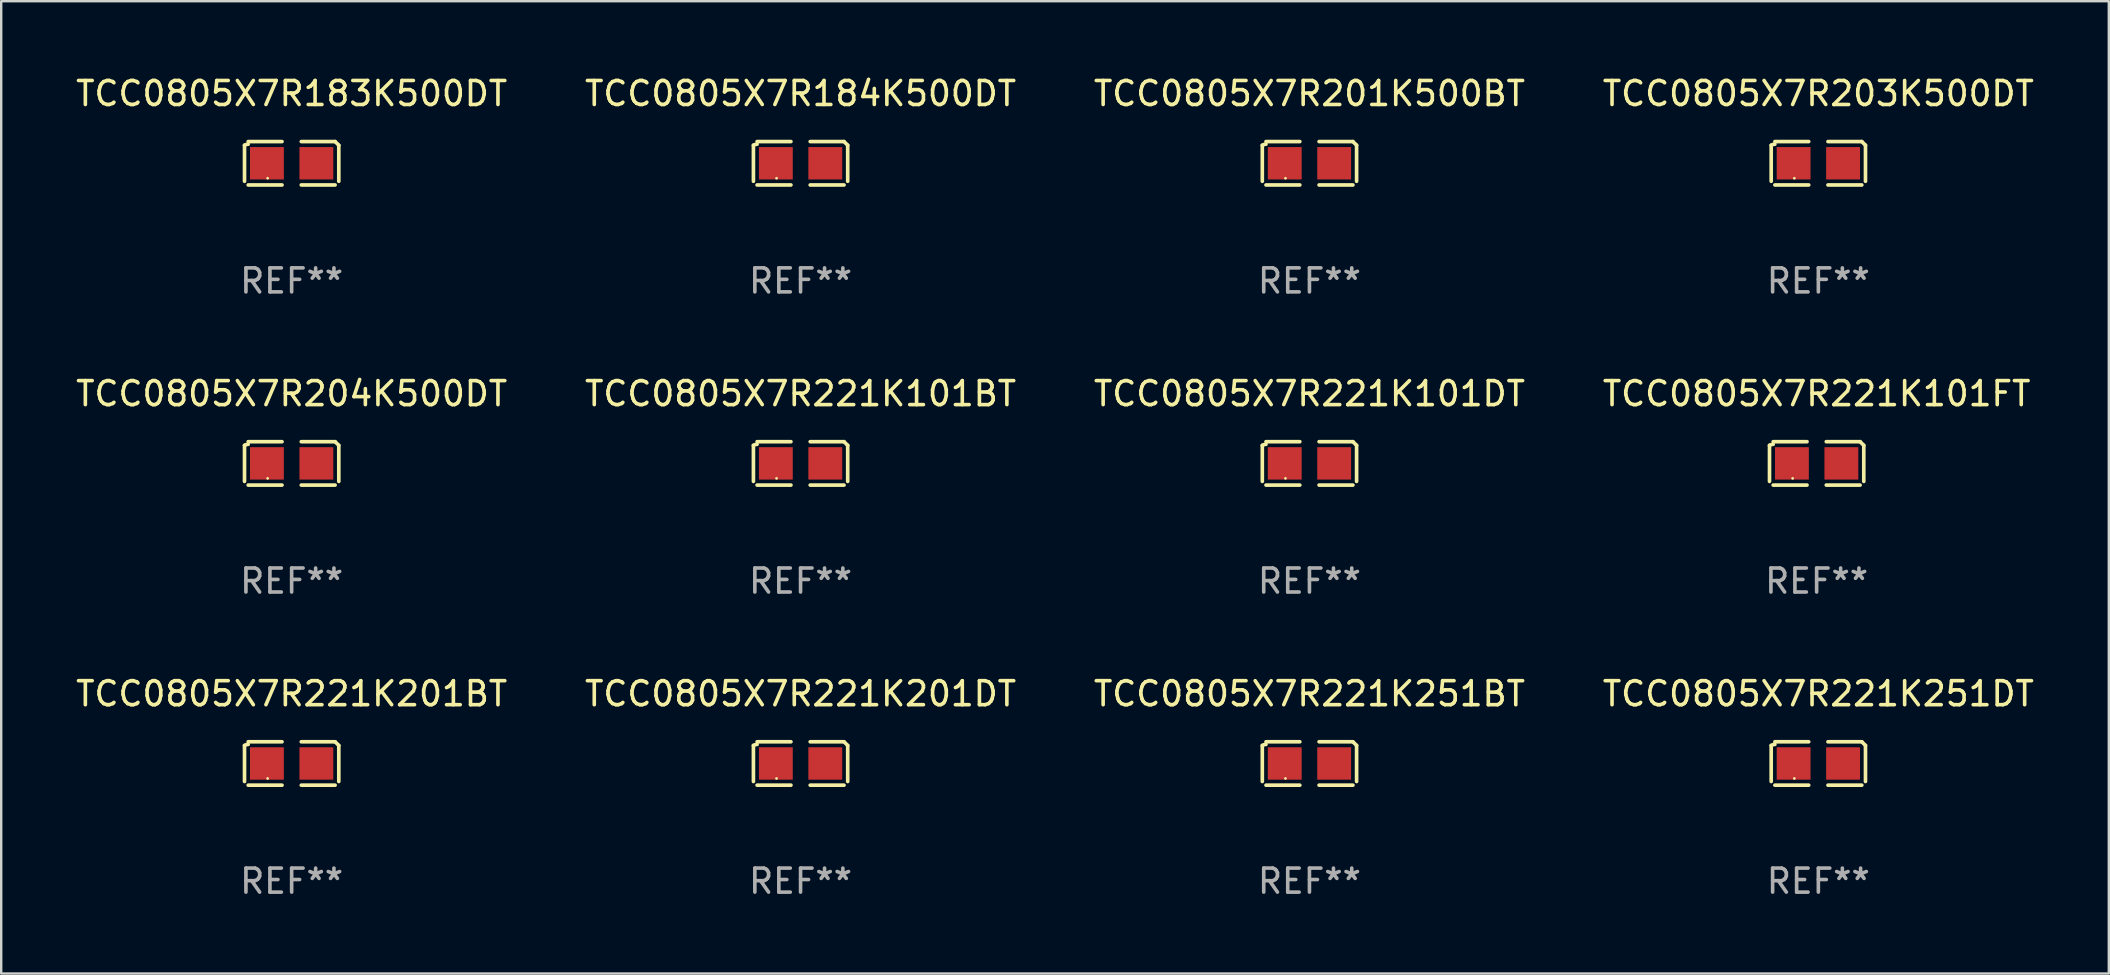
<source format=kicad_pcb>
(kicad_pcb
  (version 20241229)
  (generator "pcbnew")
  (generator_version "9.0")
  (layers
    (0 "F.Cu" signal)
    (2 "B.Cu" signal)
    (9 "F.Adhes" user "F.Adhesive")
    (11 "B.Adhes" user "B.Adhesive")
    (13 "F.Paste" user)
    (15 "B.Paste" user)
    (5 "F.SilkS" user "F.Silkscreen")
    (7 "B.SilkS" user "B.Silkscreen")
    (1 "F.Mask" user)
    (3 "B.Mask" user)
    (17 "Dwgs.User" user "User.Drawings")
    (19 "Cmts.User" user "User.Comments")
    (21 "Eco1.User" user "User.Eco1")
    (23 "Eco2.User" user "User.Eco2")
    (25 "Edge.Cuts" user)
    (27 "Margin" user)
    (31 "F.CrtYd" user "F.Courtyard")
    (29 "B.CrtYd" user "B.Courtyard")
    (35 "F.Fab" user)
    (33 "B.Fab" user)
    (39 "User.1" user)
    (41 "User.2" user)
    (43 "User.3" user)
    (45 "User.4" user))
  (footprint "TCC0805X7R221K201DT"
    (layer "F.Cu")
    (at 30.304 28.759)
    (property "Reference" "TCC0805X7R221K201DT" (at 0 -2.904 0) (layer "F.SilkS") (effects (font (size 1 1) (thickness 0.15))))
    (attr through_hole)
    (fp_line (start -1.964 0.751) (end -1.964 -0.751) (stroke (width 0.152) (type solid)) (layer "F.SilkS"))
    (fp_line (start -1.811 -0.904) (end -0.401 -0.904) (stroke (width 0.152) (type solid)) (layer "F.SilkS"))
    (fp_line (start -0.401 0.904) (end -1.811 0.904) (stroke (width 0.152) (type solid)) (layer "F.SilkS"))
    (fp_line (start 0.401 0.904) (end 1.811 0.904) (stroke (width 0.152) (type solid)) (layer "F.SilkS"))
    (fp_line (start 1.811 -0.904) (end 0.401 -0.904) (stroke (width 0.152) (type solid)) (layer "F.SilkS"))
    (fp_line (start 1.964 0.751) (end 1.964 -0.751) (stroke (width 0.152) (type solid)) (layer "F.SilkS"))
    (fp_arc (start -1.963602 -0.751207) (mid -1.890354 -0.783131) (end -1.811201 -0.794044) (stroke (width 0.1524) (type solid)) (layer "F.SilkS"))
    (fp_arc (start 1.811202 -0.903607) (mid 1.887413 -0.827418) (end 1.963602 -0.751207) (stroke (width 0.1524) (type solid)) (layer "F.SilkS"))
    (fp_circle (center -1 0.625) (end -0.97 0.625) (stroke (width 0.06) (type solid)) (fill no) (layer "F.SilkS"))
    (fp_text user "REF**" (at 0 4.904 0) (layer "F.Fab") (effects (font (size 1 1) (thickness 0.15))))
    (pad "1" smd rect (at -1.03 0) (size 1.41 1.35) (layers "F.Cu" "F.Mask" "F.Paste"))
    (pad "2" smd rect (at 1.03 0) (size 1.41 1.35) (layers "F.Cu" "F.Mask" "F.Paste")))
  (footprint "TCC0805X7R221K101FT"
    (layer "F.Cu")
    (at 72.637 16.256)
    (property "Reference" "TCC0805X7R221K101FT" (at 0 -2.904 0) (layer "F.SilkS") (effects (font (size 1 1) (thickness 0.15))))
    (attr through_hole)
    (fp_line (start -1.964 0.751) (end -1.964 -0.751) (stroke (width 0.152) (type solid)) (layer "F.SilkS"))
    (fp_line (start -1.811 -0.904) (end -0.401 -0.904) (stroke (width 0.152) (type solid)) (layer "F.SilkS"))
    (fp_line (start -0.401 0.904) (end -1.811 0.904) (stroke (width 0.152) (type solid)) (layer "F.SilkS"))
    (fp_line (start 0.401 0.904) (end 1.811 0.904) (stroke (width 0.152) (type solid)) (layer "F.SilkS"))
    (fp_line (start 1.811 -0.904) (end 0.401 -0.904) (stroke (width 0.152) (type solid)) (layer "F.SilkS"))
    (fp_line (start 1.964 0.751) (end 1.964 -0.751) (stroke (width 0.152) (type solid)) (layer "F.SilkS"))
    (fp_arc (start -1.963602 -0.751207) (mid -1.890354 -0.783131) (end -1.811201 -0.794044) (stroke (width 0.1524) (type solid)) (layer "F.SilkS"))
    (fp_arc (start 1.811202 -0.903607) (mid 1.887413 -0.827418) (end 1.963602 -0.751207) (stroke (width 0.1524) (type solid)) (layer "F.SilkS"))
    (fp_circle (center -1 0.625) (end -0.97 0.625) (stroke (width 0.06) (type solid)) (fill no) (layer "F.SilkS"))
    (fp_text user "REF**" (at 0 4.904 0) (layer "F.Fab") (effects (font (size 1 1) (thickness 0.15))))
    (pad "1" smd rect (at -1.03 0) (size 1.41 1.35) (layers "F.Cu" "F.Mask" "F.Paste"))
    (pad "2" smd rect (at 1.03 0) (size 1.41 1.35) (layers "F.Cu" "F.Mask" "F.Paste")))
  (footprint "TCC0805X7R204K500DT"
    (layer "F.Cu")
    (at 9.101 16.256)
    (property "Reference" "TCC0805X7R204K500DT" (at 0 -2.904 0) (layer "F.SilkS") (effects (font (size 1 1) (thickness 0.15))))
    (attr through_hole)
    (fp_line (start -1.964 0.751) (end -1.964 -0.751) (stroke (width 0.152) (type solid)) (layer "F.SilkS"))
    (fp_line (start -1.811 -0.904) (end -0.401 -0.904) (stroke (width 0.152) (type solid)) (layer "F.SilkS"))
    (fp_line (start -0.401 0.904) (end -1.811 0.904) (stroke (width 0.152) (type solid)) (layer "F.SilkS"))
    (fp_line (start 0.401 0.904) (end 1.811 0.904) (stroke (width 0.152) (type solid)) (layer "F.SilkS"))
    (fp_line (start 1.811 -0.904) (end 0.401 -0.904) (stroke (width 0.152) (type solid)) (layer "F.SilkS"))
    (fp_line (start 1.964 0.751) (end 1.964 -0.751) (stroke (width 0.152) (type solid)) (layer "F.SilkS"))
    (fp_arc (start -1.963602 -0.751207) (mid -1.890354 -0.783131) (end -1.811201 -0.794044) (stroke (width 0.1524) (type solid)) (layer "F.SilkS"))
    (fp_arc (start 1.811202 -0.903607) (mid 1.887413 -0.827418) (end 1.963602 -0.751207) (stroke (width 0.1524) (type solid)) (layer "F.SilkS"))
    (fp_circle (center -1 0.625) (end -0.97 0.625) (stroke (width 0.06) (type solid)) (fill no) (layer "F.SilkS"))
    (fp_text user "REF**" (at 0 4.904 0) (layer "F.Fab") (effects (font (size 1 1) (thickness 0.15))))
    (pad "1" smd rect (at -1.03 0) (size 1.41 1.35) (layers "F.Cu" "F.Mask" "F.Paste"))
    (pad "2" smd rect (at 1.03 0) (size 1.41 1.35) (layers "F.Cu" "F.Mask" "F.Paste")))
  (footprint "TCC0805X7R221K251DT"
    (layer "F.Cu")
    (at 72.708 28.759)
    (property "Reference" "TCC0805X7R221K251DT" (at 0 -2.904 0) (layer "F.SilkS") (effects (font (size 1 1) (thickness 0.15))))
    (attr through_hole)
    (fp_line (start -1.964 0.751) (end -1.964 -0.751) (stroke (width 0.152) (type solid)) (layer "F.SilkS"))
    (fp_line (start -1.811 -0.904) (end -0.401 -0.904) (stroke (width 0.152) (type solid)) (layer "F.SilkS"))
    (fp_line (start -0.401 0.904) (end -1.811 0.904) (stroke (width 0.152) (type solid)) (layer "F.SilkS"))
    (fp_line (start 0.401 0.904) (end 1.811 0.904) (stroke (width 0.152) (type solid)) (layer "F.SilkS"))
    (fp_line (start 1.811 -0.904) (end 0.401 -0.904) (stroke (width 0.152) (type solid)) (layer "F.SilkS"))
    (fp_line (start 1.964 0.751) (end 1.964 -0.751) (stroke (width 0.152) (type solid)) (layer "F.SilkS"))
    (fp_arc (start -1.963602 -0.751207) (mid -1.890354 -0.783131) (end -1.811201 -0.794044) (stroke (width 0.1524) (type solid)) (layer "F.SilkS"))
    (fp_arc (start 1.811202 -0.903607) (mid 1.887413 -0.827418) (end 1.963602 -0.751207) (stroke (width 0.1524) (type solid)) (layer "F.SilkS"))
    (fp_circle (center -1 0.625) (end -0.97 0.625) (stroke (width 0.06) (type solid)) (fill no) (layer "F.SilkS"))
    (fp_text user "REF**" (at 0 4.904 0) (layer "F.Fab") (effects (font (size 1 1) (thickness 0.15))))
    (pad "1" smd rect (at -1.03 0) (size 1.41 1.35) (layers "F.Cu" "F.Mask" "F.Paste"))
    (pad "2" smd rect (at 1.03 0) (size 1.41 1.35) (layers "F.Cu" "F.Mask" "F.Paste")))
  (footprint "TCC0805X7R183K500DT"
    (layer "F.Cu")
    (at 9.101 3.752)
    (property "Reference" "TCC0805X7R183K500DT" (at 0 -2.904 0) (layer "F.SilkS") (effects (font (size 1 1) (thickness 0.15))))
    (attr through_hole)
    (fp_line (start -1.964 0.751) (end -1.964 -0.751) (stroke (width 0.152) (type solid)) (layer "F.SilkS"))
    (fp_line (start -1.811 -0.904) (end -0.401 -0.904) (stroke (width 0.152) (type solid)) (layer "F.SilkS"))
    (fp_line (start -0.401 0.904) (end -1.811 0.904) (stroke (width 0.152) (type solid)) (layer "F.SilkS"))
    (fp_line (start 0.401 0.904) (end 1.811 0.904) (stroke (width 0.152) (type solid)) (layer "F.SilkS"))
    (fp_line (start 1.811 -0.904) (end 0.401 -0.904) (stroke (width 0.152) (type solid)) (layer "F.SilkS"))
    (fp_line (start 1.964 0.751) (end 1.964 -0.751) (stroke (width 0.152) (type solid)) (layer "F.SilkS"))
    (fp_arc (start -1.963602 -0.751207) (mid -1.890354 -0.783131) (end -1.811201 -0.794044) (stroke (width 0.1524) (type solid)) (layer "F.SilkS"))
    (fp_arc (start 1.811202 -0.903607) (mid 1.887413 -0.827418) (end 1.963602 -0.751207) (stroke (width 0.1524) (type solid)) (layer "F.SilkS"))
    (fp_circle (center -1 0.625) (end -0.97 0.625) (stroke (width 0.06) (type solid)) (fill no) (layer "F.SilkS"))
    (fp_text user "REF**" (at 0 4.904 0) (layer "F.Fab") (effects (font (size 1 1) (thickness 0.15))))
    (pad "1" smd rect (at -1.03 0) (size 1.41 1.35) (layers "F.Cu" "F.Mask" "F.Paste"))
    (pad "2" smd rect (at 1.03 0) (size 1.41 1.35) (layers "F.Cu" "F.Mask" "F.Paste")))
  (footprint "TCC0805X7R221K201BT"
    (layer "F.Cu")
    (at 9.101 28.759)
    (property "Reference" "TCC0805X7R221K201BT" (at 0 -2.904 0) (layer "F.SilkS") (effects (font (size 1 1) (thickness 0.15))))
    (attr through_hole)
    (fp_line (start -1.964 0.751) (end -1.964 -0.751) (stroke (width 0.152) (type solid)) (layer "F.SilkS"))
    (fp_line (start -1.811 -0.904) (end -0.401 -0.904) (stroke (width 0.152) (type solid)) (layer "F.SilkS"))
    (fp_line (start -0.401 0.904) (end -1.811 0.904) (stroke (width 0.152) (type solid)) (layer "F.SilkS"))
    (fp_line (start 0.401 0.904) (end 1.811 0.904) (stroke (width 0.152) (type solid)) (layer "F.SilkS"))
    (fp_line (start 1.811 -0.904) (end 0.401 -0.904) (stroke (width 0.152) (type solid)) (layer "F.SilkS"))
    (fp_line (start 1.964 0.751) (end 1.964 -0.751) (stroke (width 0.152) (type solid)) (layer "F.SilkS"))
    (fp_arc (start -1.963602 -0.751207) (mid -1.890354 -0.783131) (end -1.811201 -0.794044) (stroke (width 0.1524) (type solid)) (layer "F.SilkS"))
    (fp_arc (start 1.811202 -0.903607) (mid 1.887413 -0.827418) (end 1.963602 -0.751207) (stroke (width 0.1524) (type solid)) (layer "F.SilkS"))
    (fp_circle (center -1 0.625) (end -0.97 0.625) (stroke (width 0.06) (type solid)) (fill no) (layer "F.SilkS"))
    (fp_text user "REF**" (at 0 4.904 0) (layer "F.Fab") (effects (font (size 1 1) (thickness 0.15))))
    (pad "1" smd rect (at -1.03 0) (size 1.41 1.35) (layers "F.Cu" "F.Mask" "F.Paste"))
    (pad "2" smd rect (at 1.03 0) (size 1.41 1.35) (layers "F.Cu" "F.Mask" "F.Paste")))
  (footprint "TCC0805X7R203K500DT"
    (layer "F.Cu")
    (at 72.708 3.752)
    (property "Reference" "TCC0805X7R203K500DT" (at 0 -2.904 0) (layer "F.SilkS") (effects (font (size 1 1) (thickness 0.15))))
    (attr through_hole)
    (fp_line (start -1.964 0.751) (end -1.964 -0.751) (stroke (width 0.152) (type solid)) (layer "F.SilkS"))
    (fp_line (start -1.811 -0.904) (end -0.401 -0.904) (stroke (width 0.152) (type solid)) (layer "F.SilkS"))
    (fp_line (start -0.401 0.904) (end -1.811 0.904) (stroke (width 0.152) (type solid)) (layer "F.SilkS"))
    (fp_line (start 0.401 0.904) (end 1.811 0.904) (stroke (width 0.152) (type solid)) (layer "F.SilkS"))
    (fp_line (start 1.811 -0.904) (end 0.401 -0.904) (stroke (width 0.152) (type solid)) (layer "F.SilkS"))
    (fp_line (start 1.964 0.751) (end 1.964 -0.751) (stroke (width 0.152) (type solid)) (layer "F.SilkS"))
    (fp_arc (start -1.963602 -0.751207) (mid -1.890354 -0.783131) (end -1.811201 -0.794044) (stroke (width 0.1524) (type solid)) (layer "F.SilkS"))
    (fp_arc (start 1.811202 -0.903607) (mid 1.887413 -0.827418) (end 1.963602 -0.751207) (stroke (width 0.1524) (type solid)) (layer "F.SilkS"))
    (fp_circle (center -1 0.625) (end -0.97 0.625) (stroke (width 0.06) (type solid)) (fill no) (layer "F.SilkS"))
    (fp_text user "REF**" (at 0 4.904 0) (layer "F.Fab") (effects (font (size 1 1) (thickness 0.15))))
    (pad "1" smd rect (at -1.03 0) (size 1.41 1.35) (layers "F.Cu" "F.Mask" "F.Paste"))
    (pad "2" smd rect (at 1.03 0) (size 1.41 1.35) (layers "F.Cu" "F.Mask" "F.Paste")))
  (footprint "TCC0805X7R184K500DT"
    (layer "F.Cu")
    (at 30.304 3.752)
    (property "Reference" "TCC0805X7R184K500DT" (at 0 -2.904 0) (layer "F.SilkS") (effects (font (size 1 1) (thickness 0.15))))
    (attr through_hole)
    (fp_line (start -1.964 0.751) (end -1.964 -0.751) (stroke (width 0.152) (type solid)) (layer "F.SilkS"))
    (fp_line (start -1.811 -0.904) (end -0.401 -0.904) (stroke (width 0.152) (type solid)) (layer "F.SilkS"))
    (fp_line (start -0.401 0.904) (end -1.811 0.904) (stroke (width 0.152) (type solid)) (layer "F.SilkS"))
    (fp_line (start 0.401 0.904) (end 1.811 0.904) (stroke (width 0.152) (type solid)) (layer "F.SilkS"))
    (fp_line (start 1.811 -0.904) (end 0.401 -0.904) (stroke (width 0.152) (type solid)) (layer "F.SilkS"))
    (fp_line (start 1.964 0.751) (end 1.964 -0.751) (stroke (width 0.152) (type solid)) (layer "F.SilkS"))
    (fp_arc (start -1.963602 -0.751207) (mid -1.890354 -0.783131) (end -1.811201 -0.794044) (stroke (width 0.1524) (type solid)) (layer "F.SilkS"))
    (fp_arc (start 1.811202 -0.903607) (mid 1.887413 -0.827418) (end 1.963602 -0.751207) (stroke (width 0.1524) (type solid)) (layer "F.SilkS"))
    (fp_circle (center -1 0.625) (end -0.97 0.625) (stroke (width 0.06) (type solid)) (fill no) (layer "F.SilkS"))
    (fp_text user "REF**" (at 0 4.904 0) (layer "F.Fab") (effects (font (size 1 1) (thickness 0.15))))
    (pad "1" smd rect (at -1.03 0) (size 1.41 1.35) (layers "F.Cu" "F.Mask" "F.Paste"))
    (pad "2" smd rect (at 1.03 0) (size 1.41 1.35) (layers "F.Cu" "F.Mask" "F.Paste")))
  (footprint "TCC0805X7R201K500BT"
    (layer "F.Cu")
    (at 51.506 3.752)
    (property "Reference" "TCC0805X7R201K500BT" (at 0 -2.904 0) (layer "F.SilkS") (effects (font (size 1 1) (thickness 0.15))))
    (attr through_hole)
    (fp_line (start -1.964 0.751) (end -1.964 -0.751) (stroke (width 0.152) (type solid)) (layer "F.SilkS"))
    (fp_line (start -1.811 -0.904) (end -0.401 -0.904) (stroke (width 0.152) (type solid)) (layer "F.SilkS"))
    (fp_line (start -0.401 0.904) (end -1.811 0.904) (stroke (width 0.152) (type solid)) (layer "F.SilkS"))
    (fp_line (start 0.401 0.904) (end 1.811 0.904) (stroke (width 0.152) (type solid)) (layer "F.SilkS"))
    (fp_line (start 1.811 -0.904) (end 0.401 -0.904) (stroke (width 0.152) (type solid)) (layer "F.SilkS"))
    (fp_line (start 1.964 0.751) (end 1.964 -0.751) (stroke (width 0.152) (type solid)) (layer "F.SilkS"))
    (fp_arc (start -1.963602 -0.751207) (mid -1.890354 -0.783131) (end -1.811201 -0.794044) (stroke (width 0.1524) (type solid)) (layer "F.SilkS"))
    (fp_arc (start 1.811202 -0.903607) (mid 1.887413 -0.827418) (end 1.963602 -0.751207) (stroke (width 0.1524) (type solid)) (layer "F.SilkS"))
    (fp_circle (center -1 0.625) (end -0.97 0.625) (stroke (width 0.06) (type solid)) (fill no) (layer "F.SilkS"))
    (fp_text user "REF**" (at 0 4.904 0) (layer "F.Fab") (effects (font (size 1 1) (thickness 0.15))))
    (pad "1" smd rect (at -1.03 0) (size 1.41 1.35) (layers "F.Cu" "F.Mask" "F.Paste"))
    (pad "2" smd rect (at 1.03 0) (size 1.41 1.35) (layers "F.Cu" "F.Mask" "F.Paste")))
  (footprint "TCC0805X7R221K101BT"
    (layer "F.Cu")
    (at 30.304 16.256)
    (property "Reference" "TCC0805X7R221K101BT" (at 0 -2.904 0) (layer "F.SilkS") (effects (font (size 1 1) (thickness 0.15))))
    (attr through_hole)
    (fp_line (start -1.964 0.751) (end -1.964 -0.751) (stroke (width 0.152) (type solid)) (layer "F.SilkS"))
    (fp_line (start -1.811 -0.904) (end -0.401 -0.904) (stroke (width 0.152) (type solid)) (layer "F.SilkS"))
    (fp_line (start -0.401 0.904) (end -1.811 0.904) (stroke (width 0.152) (type solid)) (layer "F.SilkS"))
    (fp_line (start 0.401 0.904) (end 1.811 0.904) (stroke (width 0.152) (type solid)) (layer "F.SilkS"))
    (fp_line (start 1.811 -0.904) (end 0.401 -0.904) (stroke (width 0.152) (type solid)) (layer "F.SilkS"))
    (fp_line (start 1.964 0.751) (end 1.964 -0.751) (stroke (width 0.152) (type solid)) (layer "F.SilkS"))
    (fp_arc (start -1.963602 -0.751207) (mid -1.890354 -0.783131) (end -1.811201 -0.794044) (stroke (width 0.1524) (type solid)) (layer "F.SilkS"))
    (fp_arc (start 1.811202 -0.903607) (mid 1.887413 -0.827418) (end 1.963602 -0.751207) (stroke (width 0.1524) (type solid)) (layer "F.SilkS"))
    (fp_circle (center -1 0.625) (end -0.97 0.625) (stroke (width 0.06) (type solid)) (fill no) (layer "F.SilkS"))
    (fp_text user "REF**" (at 0 4.904 0) (layer "F.Fab") (effects (font (size 1 1) (thickness 0.15))))
    (pad "1" smd rect (at -1.03 0) (size 1.41 1.35) (layers "F.Cu" "F.Mask" "F.Paste"))
    (pad "2" smd rect (at 1.03 0) (size 1.41 1.35) (layers "F.Cu" "F.Mask" "F.Paste")))
  (footprint "TCC0805X7R221K101DT"
    (layer "F.Cu")
    (at 51.506 16.256)
    (property "Reference" "TCC0805X7R221K101DT" (at 0 -2.904 0) (layer "F.SilkS") (effects (font (size 1 1) (thickness 0.15))))
    (attr through_hole)
    (fp_line (start -1.964 0.751) (end -1.964 -0.751) (stroke (width 0.152) (type solid)) (layer "F.SilkS"))
    (fp_line (start -1.811 -0.904) (end -0.401 -0.904) (stroke (width 0.152) (type solid)) (layer "F.SilkS"))
    (fp_line (start -0.401 0.904) (end -1.811 0.904) (stroke (width 0.152) (type solid)) (layer "F.SilkS"))
    (fp_line (start 0.401 0.904) (end 1.811 0.904) (stroke (width 0.152) (type solid)) (layer "F.SilkS"))
    (fp_line (start 1.811 -0.904) (end 0.401 -0.904) (stroke (width 0.152) (type solid)) (layer "F.SilkS"))
    (fp_line (start 1.964 0.751) (end 1.964 -0.751) (stroke (width 0.152) (type solid)) (layer "F.SilkS"))
    (fp_arc (start -1.963602 -0.751207) (mid -1.890354 -0.783131) (end -1.811201 -0.794044) (stroke (width 0.1524) (type solid)) (layer "F.SilkS"))
    (fp_arc (start 1.811202 -0.903607) (mid 1.887413 -0.827418) (end 1.963602 -0.751207) (stroke (width 0.1524) (type solid)) (layer "F.SilkS"))
    (fp_circle (center -1 0.625) (end -0.97 0.625) (stroke (width 0.06) (type solid)) (fill no) (layer "F.SilkS"))
    (fp_text user "REF**" (at 0 4.904 0) (layer "F.Fab") (effects (font (size 1 1) (thickness 0.15))))
    (pad "1" smd rect (at -1.03 0) (size 1.41 1.35) (layers "F.Cu" "F.Mask" "F.Paste"))
    (pad "2" smd rect (at 1.03 0) (size 1.41 1.35) (layers "F.Cu" "F.Mask" "F.Paste")))
  (footprint "TCC0805X7R221K251BT"
    (layer "F.Cu")
    (at 51.506 28.759)
    (property "Reference" "TCC0805X7R221K251BT" (at 0 -2.904 0) (layer "F.SilkS") (effects (font (size 1 1) (thickness 0.15))))
    (attr through_hole)
    (fp_line (start -1.964 0.751) (end -1.964 -0.751) (stroke (width 0.152) (type solid)) (layer "F.SilkS"))
    (fp_line (start -1.811 -0.904) (end -0.401 -0.904) (stroke (width 0.152) (type solid)) (layer "F.SilkS"))
    (fp_line (start -0.401 0.904) (end -1.811 0.904) (stroke (width 0.152) (type solid)) (layer "F.SilkS"))
    (fp_line (start 0.401 0.904) (end 1.811 0.904) (stroke (width 0.152) (type solid)) (layer "F.SilkS"))
    (fp_line (start 1.811 -0.904) (end 0.401 -0.904) (stroke (width 0.152) (type solid)) (layer "F.SilkS"))
    (fp_line (start 1.964 0.751) (end 1.964 -0.751) (stroke (width 0.152) (type solid)) (layer "F.SilkS"))
    (fp_arc (start -1.963602 -0.751207) (mid -1.890354 -0.783131) (end -1.811201 -0.794044) (stroke (width 0.1524) (type solid)) (layer "F.SilkS"))
    (fp_arc (start 1.811202 -0.903607) (mid 1.887413 -0.827418) (end 1.963602 -0.751207) (stroke (width 0.1524) (type solid)) (layer "F.SilkS"))
    (fp_circle (center -1 0.625) (end -0.97 0.625) (stroke (width 0.06) (type solid)) (fill no) (layer "F.SilkS"))
    (fp_text user "REF**" (at 0 4.904 0) (layer "F.Fab") (effects (font (size 1 1) (thickness 0.15))))
    (pad "1" smd rect (at -1.03 0) (size 1.41 1.35) (layers "F.Cu" "F.Mask" "F.Paste"))
    (pad "2" smd rect (at 1.03 0) (size 1.41 1.35) (layers "F.Cu" "F.Mask" "F.Paste")))
  (gr_rect
    (start -3 -3)
    (end 84.81 37.511)
    (stroke (width 0.1) (type default))
    (fill no)
    (layer "Edge.Cuts")))
</source>
